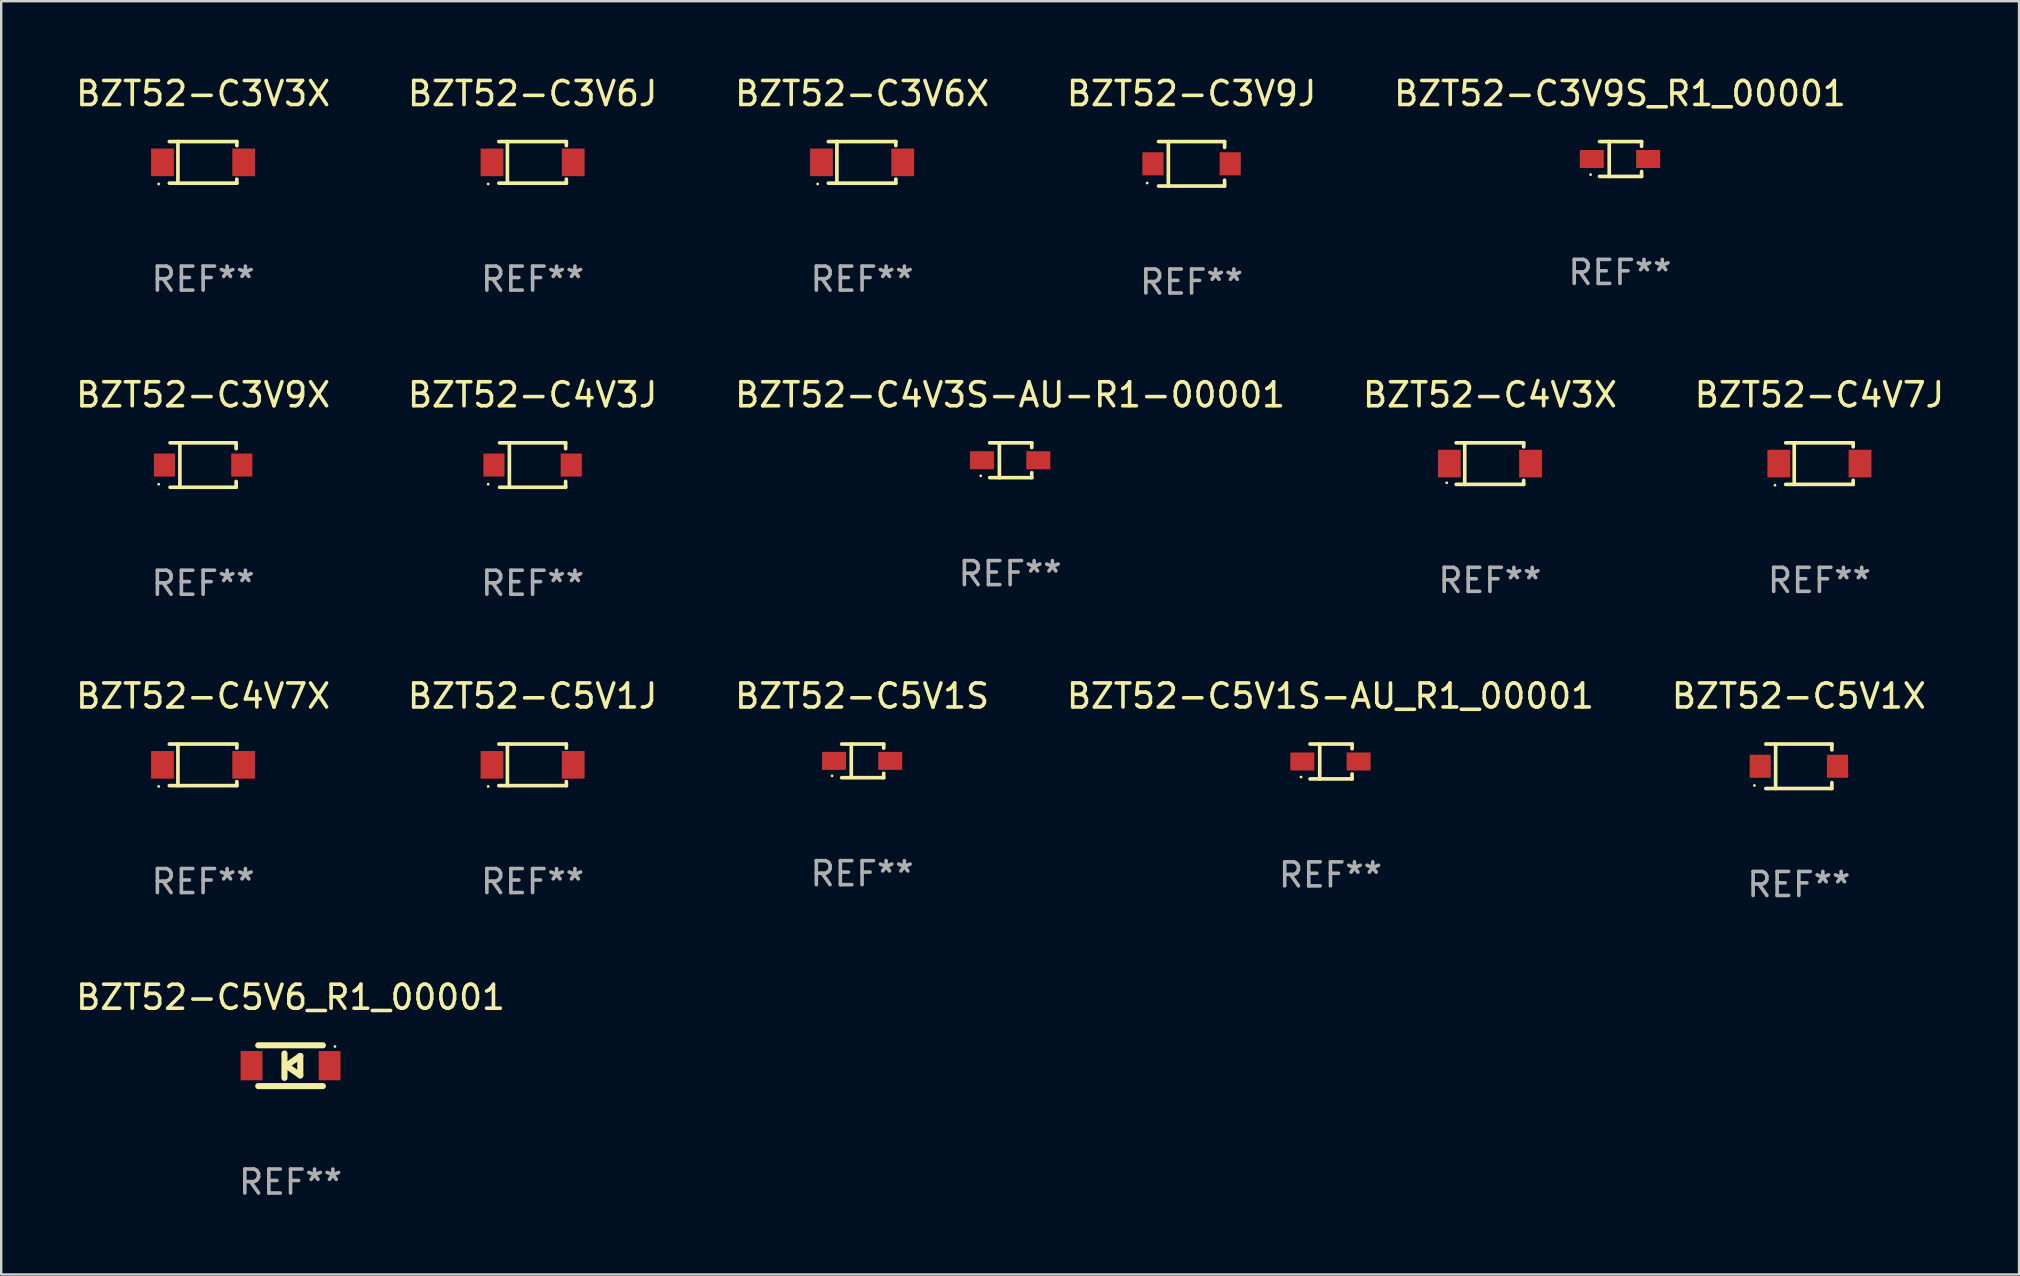
<source format=kicad_pcb>
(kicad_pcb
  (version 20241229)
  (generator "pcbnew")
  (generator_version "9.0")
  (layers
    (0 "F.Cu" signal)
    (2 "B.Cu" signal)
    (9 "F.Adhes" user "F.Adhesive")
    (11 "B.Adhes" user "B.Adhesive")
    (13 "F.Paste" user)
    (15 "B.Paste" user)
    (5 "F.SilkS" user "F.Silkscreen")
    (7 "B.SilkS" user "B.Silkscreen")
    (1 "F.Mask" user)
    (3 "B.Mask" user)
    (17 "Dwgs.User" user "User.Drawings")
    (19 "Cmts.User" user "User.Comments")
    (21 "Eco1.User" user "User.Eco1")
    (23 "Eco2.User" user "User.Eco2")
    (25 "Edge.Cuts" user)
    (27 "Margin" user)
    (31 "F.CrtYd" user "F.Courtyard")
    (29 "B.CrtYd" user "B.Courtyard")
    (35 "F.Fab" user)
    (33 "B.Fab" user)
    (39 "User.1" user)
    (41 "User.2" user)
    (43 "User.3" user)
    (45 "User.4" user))
  (footprint "BZT52-C3V3X"
    (layer "F.Cu")
    (at 5.411 3.714)
    (property "Reference" "BZT52-C3V3X" (at 0 -2.866 0) (layer "F.SilkS") (effects (font (size 1 1) (thickness 0.15))))
    (attr through_hole)
    (fp_line (start -1.406 -0.866) (end 1.406 -0.866) (stroke (width 0.152) (type solid)) (layer "F.SilkS"))
    (fp_line (start -1.406 0.866) (end 1.406 0.866) (stroke (width 0.152) (type solid)) (layer "F.SilkS"))
    (fp_line (start -1.049 -0.866) (end -1.049 0.866) (stroke (width 0.152) (type solid)) (layer "F.SilkS"))
    (fp_line (start 1.406 -0.866) (end 1.406 -0.698) (stroke (width 0.152) (type solid)) (layer "F.SilkS"))
    (fp_line (start 1.406 0.866) (end 1.406 0.698) (stroke (width 0.152) (type solid)) (layer "F.SilkS"))
    (fp_circle (center -1.851 0.9) (end -1.821 0.9) (stroke (width 0.06) (type solid)) (fill no) (layer "F.SilkS"))
    (fp_text user "REF**" (at 0 4.866 0) (layer "F.Fab") (effects (font (size 1 1) (thickness 0.15))))
    (pad "1" smd rect (at -1.692 0) (size 0.95 1.15) (layers "F.Cu" "F.Mask" "F.Paste"))
    (pad "2" smd rect (at 1.692 0) (size 0.95 1.15) (layers "F.Cu" "F.Mask" "F.Paste")))
  (footprint "BZT52-C4V7J"
    (layer "F.Cu")
    (at 72.744 16.263)
    (property "Reference" "BZT52-C4V7J" (at 0 -2.866 0) (layer "F.SilkS") (effects (font (size 1 1) (thickness 0.15))))
    (attr through_hole)
    (fp_line (start -1.406 -0.866) (end 1.406 -0.866) (stroke (width 0.152) (type solid)) (layer "F.SilkS"))
    (fp_line (start -1.406 0.866) (end 1.406 0.866) (stroke (width 0.152) (type solid)) (layer "F.SilkS"))
    (fp_line (start -1.049 -0.866) (end -1.049 0.866) (stroke (width 0.152) (type solid)) (layer "F.SilkS"))
    (fp_line (start 1.406 -0.866) (end 1.406 -0.698) (stroke (width 0.152) (type solid)) (layer "F.SilkS"))
    (fp_line (start 1.406 0.866) (end 1.406 0.698) (stroke (width 0.152) (type solid)) (layer "F.SilkS"))
    (fp_circle (center -1.851 0.9) (end -1.821 0.9) (stroke (width 0.06) (type solid)) (fill no) (layer "F.SilkS"))
    (fp_text user "REF**" (at 0 4.866 0) (layer "F.Fab") (effects (font (size 1 1) (thickness 0.15))))
    (pad "1" smd rect (at -1.692 0) (size 0.95 1.15) (layers "F.Cu" "F.Mask" "F.Paste"))
    (pad "2" smd rect (at 1.692 0) (size 0.95 1.15) (layers "F.Cu" "F.Mask" "F.Paste")))
  (footprint "BZT52-C5V1S"
    (layer "F.Cu")
    (at 32.863 28.647)
    (property "Reference" "BZT52-C5V1S" (at 0 -2.701 0) (layer "F.SilkS") (effects (font (size 1 1) (thickness 0.15))))
    (attr through_hole)
    (fp_line (start -0.851 -0.701) (end 0.901 -0.701) (stroke (width 0.152) (type solid)) (layer "F.SilkS"))
    (fp_line (start -0.851 0.701) (end 0.901 0.701) (stroke (width 0.152) (type solid)) (layer "F.SilkS"))
    (fp_line (start -0.45 -0.7) (end -0.45 0.69) (stroke (width 0.152) (type solid)) (layer "F.SilkS"))
    (fp_line (start 0.9 -0.7) (end 0.901 -0.53) (stroke (width 0.152) (type solid)) (layer "F.SilkS"))
    (fp_line (start 0.9 0.7) (end 0.901 0.52) (stroke (width 0.152) (type solid)) (layer "F.SilkS"))
    (fp_circle (center -1.25 0.625) (end -1.22 0.625) (stroke (width 0.06) (type solid)) (fill no) (layer "F.SilkS"))
    (fp_text user "REF**" (at 0 4.701 0) (layer "F.Fab") (effects (font (size 1 1) (thickness 0.15))))
    (pad "1" smd rect (at -1.172 -0.000102) (size 1 0.75) (layers "F.Cu" "F.Mask" "F.Paste"))
    (pad "2" smd rect (at 1.172 -0.000102) (size 1 0.75) (layers "F.Cu" "F.Mask" "F.Paste")))
  (footprint "BZT52-C3V9S_R1_00001"
    (layer "F.Cu")
    (at 64.435 3.574)
    (property "Reference" "BZT52-C3V9S_R1_00001" (at 0 -2.726 0) (layer "F.SilkS") (effects (font (size 1 1) (thickness 0.15))))
    (attr through_hole)
    (fp_line (start -0.851 -0.726) (end 0.901 -0.726) (stroke (width 0.152) (type solid)) (layer "F.SilkS"))
    (fp_line (start -0.851 0.726) (end 0.901 0.726) (stroke (width 0.152) (type solid)) (layer "F.SilkS"))
    (fp_line (start -0.447 -0.726) (end -0.447 0.726) (stroke (width 0.152) (type solid)) (layer "F.SilkS"))
    (fp_line (start 0.901 -0.726) (end 0.901 -0.53) (stroke (width 0.152) (type solid)) (layer "F.SilkS"))
    (fp_line (start 0.901 0.726) (end 0.901 0.52) (stroke (width 0.152) (type solid)) (layer "F.SilkS"))
    (fp_circle (center -1.225 0.65) (end -1.195 0.65) (stroke (width 0.06) (type solid)) (fill no) (layer "F.SilkS"))
    (fp_text user "REF**" (at 0 4.726 0) (layer "F.Fab") (effects (font (size 1 1) (thickness 0.15))))
    (pad "1" smd rect (at -1.173 0) (size 1 0.75) (layers "F.Cu" "F.Mask" "F.Paste"))
    (pad "2" smd rect (at 1.173 0) (size 1 0.75) (layers "F.Cu" "F.Mask" "F.Paste")))
  (footprint "BZT52-C4V3X"
    (layer "F.Cu")
    (at 59.018 16.263)
    (property "Reference" "BZT52-C4V3X" (at 0 -2.866 0) (layer "F.SilkS") (effects (font (size 1 1) (thickness 0.15))))
    (attr through_hole)
    (fp_line (start -1.406 -0.866) (end 1.406 -0.866) (stroke (width 0.152) (type solid)) (layer "F.SilkS"))
    (fp_line (start -1.406 0.866) (end 1.406 0.866) (stroke (width 0.152) (type solid)) (layer "F.SilkS"))
    (fp_line (start -1.049 -0.866) (end -1.049 0.866) (stroke (width 0.152) (type solid)) (layer "F.SilkS"))
    (fp_line (start 1.406 -0.866) (end 1.406 -0.698) (stroke (width 0.152) (type solid)) (layer "F.SilkS"))
    (fp_line (start 1.406 0.866) (end 1.406 0.698) (stroke (width 0.152) (type solid)) (layer "F.SilkS"))
    (fp_circle (center -1.8 0.8) (end -1.77 0.8) (stroke (width 0.06) (type solid)) (fill no) (layer "F.SilkS"))
    (fp_text user "REF**" (at 0 4.866 0) (layer "F.Fab") (effects (font (size 1 1) (thickness 0.15))))
    (pad "1" smd rect (at -1.692 0) (size 0.95 1.15) (layers "F.Cu" "F.Mask" "F.Paste"))
    (pad "2" smd rect (at 1.692 0) (size 0.95 1.15) (layers "F.Cu" "F.Mask" "F.Paste")))
  (footprint "BZT52-C3V6X"
    (layer "F.Cu")
    (at 32.863 3.714)
    (property "Reference" "BZT52-C3V6X" (at 0 -2.866 0) (layer "F.SilkS") (effects (font (size 1 1) (thickness 0.15))))
    (attr through_hole)
    (fp_line (start -1.406 -0.866) (end 1.406 -0.866) (stroke (width 0.152) (type solid)) (layer "F.SilkS"))
    (fp_line (start -1.406 0.866) (end 1.406 0.866) (stroke (width 0.152) (type solid)) (layer "F.SilkS"))
    (fp_line (start -1.049 -0.866) (end -1.049 0.866) (stroke (width 0.152) (type solid)) (layer "F.SilkS"))
    (fp_line (start 1.406 -0.866) (end 1.406 -0.698) (stroke (width 0.152) (type solid)) (layer "F.SilkS"))
    (fp_line (start 1.406 0.866) (end 1.406 0.698) (stroke (width 0.152) (type solid)) (layer "F.SilkS"))
    (fp_circle (center -1.851 0.9) (end -1.821 0.9) (stroke (width 0.06) (type solid)) (fill no) (layer "F.SilkS"))
    (fp_text user "REF**" (at 0 4.866 0) (layer "F.Fab") (effects (font (size 1 1) (thickness 0.15))))
    (pad "1" smd rect (at -1.692 0) (size 0.95 1.15) (layers "F.Cu" "F.Mask" "F.Paste"))
    (pad "2" smd rect (at 1.692 0) (size 0.95 1.15) (layers "F.Cu" "F.Mask" "F.Paste")))
  (footprint "BZT52-C3V9J"
    (layer "F.Cu")
    (at 46.589 3.774)
    (property "Reference" "BZT52-C3V9J" (at 0 -2.926 0) (layer "F.SilkS") (effects (font (size 1 1) (thickness 0.15))))
    (attr through_hole)
    (fp_line (start -1.376 -0.926) (end 1.376 -0.926) (stroke (width 0.152) (type solid)) (layer "F.SilkS"))
    (fp_line (start -1.376 0.926) (end 1.376 0.926) (stroke (width 0.152) (type solid)) (layer "F.SilkS"))
    (fp_line (start -0.967 -0.926) (end -0.967 0.926) (stroke (width 0.152) (type solid)) (layer "F.SilkS"))
    (fp_line (start 1.376 -0.926) (end 1.376 -0.683) (stroke (width 0.152) (type solid)) (layer "F.SilkS"))
    (fp_line (start 1.376 0.926) (end 1.376 0.683) (stroke (width 0.152) (type solid)) (layer "F.SilkS"))
    (fp_circle (center -1.85 0.8) (end -1.82 0.8) (stroke (width 0.06) (type solid)) (fill no) (layer "F.SilkS"))
    (fp_text user "REF**" (at 0 4.926 0) (layer "F.Fab") (effects (font (size 1 1) (thickness 0.15))))
    (pad "1" smd rect (at -1.61 0) (size 0.88 0.96) (layers "F.Cu" "F.Mask" "F.Paste"))
    (pad "2" smd rect (at 1.61 0) (size 0.88 0.96) (layers "F.Cu" "F.Mask" "F.Paste")))
  (footprint "BZT52-C5V1X"
    (layer "F.Cu")
    (at 71.887 28.872)
    (property "Reference" "BZT52-C5V1X" (at 0 -2.926 0) (layer "F.SilkS") (effects (font (size 1 1) (thickness 0.15))))
    (attr through_hole)
    (fp_line (start -1.376 -0.926) (end 1.376 -0.926) (stroke (width 0.152) (type solid)) (layer "F.SilkS"))
    (fp_line (start -1.376 0.926) (end 1.376 0.926) (stroke (width 0.152) (type solid)) (layer "F.SilkS"))
    (fp_line (start -0.967 -0.926) (end -0.967 0.926) (stroke (width 0.152) (type solid)) (layer "F.SilkS"))
    (fp_line (start 1.376 -0.926) (end 1.376 -0.683) (stroke (width 0.152) (type solid)) (layer "F.SilkS"))
    (fp_line (start 1.376 0.926) (end 1.376 0.683) (stroke (width 0.152) (type solid)) (layer "F.SilkS"))
    (fp_circle (center -1.85 0.8) (end -1.82 0.8) (stroke (width 0.06) (type solid)) (fill no) (layer "F.SilkS"))
    (fp_text user "REF**" (at 0 4.926 0) (layer "F.Fab") (effects (font (size 1 1) (thickness 0.15))))
    (pad "1" smd rect (at -1.61 0) (size 0.88 0.96) (layers "F.Cu" "F.Mask" "F.Paste"))
    (pad "2" smd rect (at 1.61 0) (size 0.88 0.96) (layers "F.Cu" "F.Mask" "F.Paste")))
  (footprint "BZT52-C3V9X"
    (layer "F.Cu")
    (at 5.411 16.323)
    (property "Reference" "BZT52-C3V9X" (at 0 -2.926 0) (layer "F.SilkS") (effects (font (size 1 1) (thickness 0.15))))
    (attr through_hole)
    (fp_line (start -1.376 -0.926) (end 1.376 -0.926) (stroke (width 0.152) (type solid)) (layer "F.SilkS"))
    (fp_line (start -1.376 0.926) (end 1.376 0.926) (stroke (width 0.152) (type solid)) (layer "F.SilkS"))
    (fp_line (start -0.967 -0.926) (end -0.967 0.926) (stroke (width 0.152) (type solid)) (layer "F.SilkS"))
    (fp_line (start 1.376 -0.926) (end 1.376 -0.683) (stroke (width 0.152) (type solid)) (layer "F.SilkS"))
    (fp_line (start 1.376 0.926) (end 1.376 0.683) (stroke (width 0.152) (type solid)) (layer "F.SilkS"))
    (fp_circle (center -1.85 0.8) (end -1.82 0.8) (stroke (width 0.06) (type solid)) (fill no) (layer "F.SilkS"))
    (fp_text user "REF**" (at 0 4.926 0) (layer "F.Fab") (effects (font (size 1 1) (thickness 0.15))))
    (pad "1" smd rect (at -1.61 0) (size 0.88 0.96) (layers "F.Cu" "F.Mask" "F.Paste"))
    (pad "2" smd rect (at 1.61 0) (size 0.88 0.96) (layers "F.Cu" "F.Mask" "F.Paste")))
  (footprint "BZT52-C4V3S-AU-R1-00001"
    (layer "F.Cu")
    (at 39.03 16.123)
    (property "Reference" "BZT52-C4V3S-AU-R1-00001" (at 0 -2.726 0) (layer "F.SilkS") (effects (font (size 1 1) (thickness 0.15))))
    (attr through_hole)
    (fp_line (start -0.851 -0.726) (end 0.901 -0.726) (stroke (width 0.152) (type solid)) (layer "F.SilkS"))
    (fp_line (start -0.851 0.726) (end 0.901 0.726) (stroke (width 0.152) (type solid)) (layer "F.SilkS"))
    (fp_line (start -0.447 -0.726) (end -0.447 0.726) (stroke (width 0.152) (type solid)) (layer "F.SilkS"))
    (fp_line (start 0.901 -0.726) (end 0.901 -0.53) (stroke (width 0.152) (type solid)) (layer "F.SilkS"))
    (fp_line (start 0.901 0.726) (end 0.901 0.52) (stroke (width 0.152) (type solid)) (layer "F.SilkS"))
    (fp_circle (center -1.225 0.65) (end -1.195 0.65) (stroke (width 0.06) (type solid)) (fill no) (layer "F.SilkS"))
    (fp_text user "REF**" (at 0 4.726 0) (layer "F.Fab") (effects (font (size 1 1) (thickness 0.15))))
    (pad "1" smd rect (at -1.173 0) (size 1 0.75) (layers "F.Cu" "F.Mask" "F.Paste"))
    (pad "2" smd rect (at 1.173 0) (size 1 0.75) (layers "F.Cu" "F.Mask" "F.Paste")))
  (footprint "BZT52-C3V6J"
    (layer "F.Cu")
    (at 19.137 3.714)
    (property "Reference" "BZT52-C3V6J" (at 0 -2.866 0) (layer "F.SilkS") (effects (font (size 1 1) (thickness 0.15))))
    (attr through_hole)
    (fp_line (start -1.406 -0.866) (end 1.406 -0.866) (stroke (width 0.152) (type solid)) (layer "F.SilkS"))
    (fp_line (start -1.406 0.866) (end 1.406 0.866) (stroke (width 0.152) (type solid)) (layer "F.SilkS"))
    (fp_line (start -1.049 -0.866) (end -1.049 0.866) (stroke (width 0.152) (type solid)) (layer "F.SilkS"))
    (fp_line (start 1.406 -0.866) (end 1.406 -0.698) (stroke (width 0.152) (type solid)) (layer "F.SilkS"))
    (fp_line (start 1.406 0.866) (end 1.406 0.698) (stroke (width 0.152) (type solid)) (layer "F.SilkS"))
    (fp_circle (center -1.851 0.9) (end -1.821 0.9) (stroke (width 0.06) (type solid)) (fill no) (layer "F.SilkS"))
    (fp_text user "REF**" (at 0 4.866 0) (layer "F.Fab") (effects (font (size 1 1) (thickness 0.15))))
    (pad "1" smd rect (at -1.692 0) (size 0.95 1.15) (layers "F.Cu" "F.Mask" "F.Paste"))
    (pad "2" smd rect (at 1.692 0) (size 0.95 1.15) (layers "F.Cu" "F.Mask" "F.Paste")))
  (footprint "BZT52-C5V1S-AU_R1_00001"
    (layer "F.Cu")
    (at 52.375 28.672)
    (property "Reference" "BZT52-C5V1S-AU_R1_00001" (at 0 -2.726 0) (layer "F.SilkS") (effects (font (size 1 1) (thickness 0.15))))
    (attr through_hole)
    (fp_line (start -0.851 -0.726) (end 0.901 -0.726) (stroke (width 0.152) (type solid)) (layer "F.SilkS"))
    (fp_line (start -0.851 0.726) (end 0.901 0.726) (stroke (width 0.152) (type solid)) (layer "F.SilkS"))
    (fp_line (start -0.447 -0.726) (end -0.447 0.726) (stroke (width 0.152) (type solid)) (layer "F.SilkS"))
    (fp_line (start 0.901 -0.726) (end 0.901 -0.53) (stroke (width 0.152) (type solid)) (layer "F.SilkS"))
    (fp_line (start 0.901 0.726) (end 0.901 0.52) (stroke (width 0.152) (type solid)) (layer "F.SilkS"))
    (fp_circle (center -1.225 0.65) (end -1.195 0.65) (stroke (width 0.06) (type solid)) (fill no) (layer "F.SilkS"))
    (fp_text user "REF**" (at 0 4.726 0) (layer "F.Fab") (effects (font (size 1 1) (thickness 0.15))))
    (pad "1" smd rect (at -1.173 0) (size 1 0.75) (layers "F.Cu" "F.Mask" "F.Paste"))
    (pad "2" smd rect (at 1.173 0) (size 1 0.75) (layers "F.Cu" "F.Mask" "F.Paste")))
  (footprint "BZT52-C5V6_R1_00001"
    (layer "F.Cu")
    (at 9.054 41.345)
    (property "Reference" "BZT52-C5V6_R1_00001" (at 0 -2.85 0) (layer "F.SilkS") (effects (font (size 1 1) (thickness 0.15))))
    (attr through_hole)
    (fp_line (start -1.346 -0.85) (end 1.346 -0.85) (stroke (width 0.254) (type solid)) (layer "F.SilkS"))
    (fp_line (start -0.254 -0.508) (end -0.254 0.508) (stroke (width 0.254) (type solid)) (layer "F.SilkS"))
    (fp_line (start -0.178 0) (end 0.406 -0.406) (stroke (width 0.254) (type solid)) (layer "F.SilkS"))
    (fp_line (start 0.406 -0.406) (end 0.406 0.406) (stroke (width 0.254) (type solid)) (layer "F.SilkS"))
    (fp_line (start 0.406 0.406) (end -0.178 0) (stroke (width 0.254) (type solid)) (layer "F.SilkS"))
    (fp_line (start 1.346 0.85) (end -1.346 0.85) (stroke (width 0.254) (type solid)) (layer "F.SilkS"))
    (fp_circle (center 1.85 -0.8) (end 1.88 -0.8) (stroke (width 0.06) (type solid)) (fill no) (layer "F.SilkS"))
    (fp_text user "REF**" (at 0 4.85 0) (layer "F.Fab") (effects (font (size 1 1) (thickness 0.15))))
    (pad "1" smd rect (at 1.626 0) (size 0.909 1.219) (layers "F.Cu" "F.Mask" "F.Paste"))
    (pad "2" smd rect (at -1.626 0) (size 0.909 1.219) (layers "F.Cu" "F.Mask" "F.Paste")))
  (footprint "BZT52-C5V1J"
    (layer "F.Cu")
    (at 19.137 28.812)
    (property "Reference" "BZT52-C5V1J" (at 0 -2.866 0) (layer "F.SilkS") (effects (font (size 1 1) (thickness 0.15))))
    (attr through_hole)
    (fp_line (start -1.406 -0.866) (end 1.406 -0.866) (stroke (width 0.152) (type solid)) (layer "F.SilkS"))
    (fp_line (start -1.406 0.866) (end 1.406 0.866) (stroke (width 0.152) (type solid)) (layer "F.SilkS"))
    (fp_line (start -1.049 -0.866) (end -1.049 0.866) (stroke (width 0.152) (type solid)) (layer "F.SilkS"))
    (fp_line (start 1.406 -0.866) (end 1.406 -0.698) (stroke (width 0.152) (type solid)) (layer "F.SilkS"))
    (fp_line (start 1.406 0.866) (end 1.406 0.698) (stroke (width 0.152) (type solid)) (layer "F.SilkS"))
    (fp_circle (center -1.851 0.9) (end -1.821 0.9) (stroke (width 0.06) (type solid)) (fill no) (layer "F.SilkS"))
    (fp_text user "REF**" (at 0 4.866 0) (layer "F.Fab") (effects (font (size 1 1) (thickness 0.15))))
    (pad "1" smd rect (at -1.692 0) (size 0.95 1.15) (layers "F.Cu" "F.Mask" "F.Paste"))
    (pad "2" smd rect (at 1.692 0) (size 0.95 1.15) (layers "F.Cu" "F.Mask" "F.Paste")))
  (footprint "BZT52-C4V7X"
    (layer "F.Cu")
    (at 5.411 28.812)
    (property "Reference" "BZT52-C4V7X" (at 0 -2.866 0) (layer "F.SilkS") (effects (font (size 1 1) (thickness 0.15))))
    (attr through_hole)
    (fp_line (start -1.406 -0.866) (end 1.406 -0.866) (stroke (width 0.152) (type solid)) (layer "F.SilkS"))
    (fp_line (start -1.406 0.866) (end 1.406 0.866) (stroke (width 0.152) (type solid)) (layer "F.SilkS"))
    (fp_line (start -1.049 -0.866) (end -1.049 0.866) (stroke (width 0.152) (type solid)) (layer "F.SilkS"))
    (fp_line (start 1.406 -0.866) (end 1.406 -0.698) (stroke (width 0.152) (type solid)) (layer "F.SilkS"))
    (fp_line (start 1.406 0.866) (end 1.406 0.698) (stroke (width 0.152) (type solid)) (layer "F.SilkS"))
    (fp_circle (center -1.851 0.9) (end -1.821 0.9) (stroke (width 0.06) (type solid)) (fill no) (layer "F.SilkS"))
    (fp_text user "REF**" (at 0 4.866 0) (layer "F.Fab") (effects (font (size 1 1) (thickness 0.15))))
    (pad "1" smd rect (at -1.692 0) (size 0.95 1.15) (layers "F.Cu" "F.Mask" "F.Paste"))
    (pad "2" smd rect (at 1.692 0) (size 0.95 1.15) (layers "F.Cu" "F.Mask" "F.Paste")))
  (footprint "BZT52-C4V3J"
    (layer "F.Cu")
    (at 19.137 16.323)
    (property "Reference" "BZT52-C4V3J" (at 0 -2.926 0) (layer "F.SilkS") (effects (font (size 1 1) (thickness 0.15))))
    (attr through_hole)
    (fp_line (start -1.376 -0.926) (end 1.376 -0.926) (stroke (width 0.152) (type solid)) (layer "F.SilkS"))
    (fp_line (start -1.376 0.926) (end 1.376 0.926) (stroke (width 0.152) (type solid)) (layer "F.SilkS"))
    (fp_line (start -0.967 -0.926) (end -0.967 0.926) (stroke (width 0.152) (type solid)) (layer "F.SilkS"))
    (fp_line (start 1.376 -0.926) (end 1.376 -0.683) (stroke (width 0.152) (type solid)) (layer "F.SilkS"))
    (fp_line (start 1.376 0.926) (end 1.376 0.683) (stroke (width 0.152) (type solid)) (layer "F.SilkS"))
    (fp_circle (center -1.85 0.8) (end -1.82 0.8) (stroke (width 0.06) (type solid)) (fill no) (layer "F.SilkS"))
    (fp_text user "REF**" (at 0 4.926 0) (layer "F.Fab") (effects (font (size 1 1) (thickness 0.15))))
    (pad "1" smd rect (at -1.61 0) (size 0.88 0.96) (layers "F.Cu" "F.Mask" "F.Paste"))
    (pad "2" smd rect (at 1.61 0) (size 0.88 0.96) (layers "F.Cu" "F.Mask" "F.Paste")))
  (gr_rect
    (start -3 -3)
    (end 81.06 50.043)
    (stroke (width 0.1) (type default))
    (fill no)
    (layer "Edge.Cuts")))
</source>
